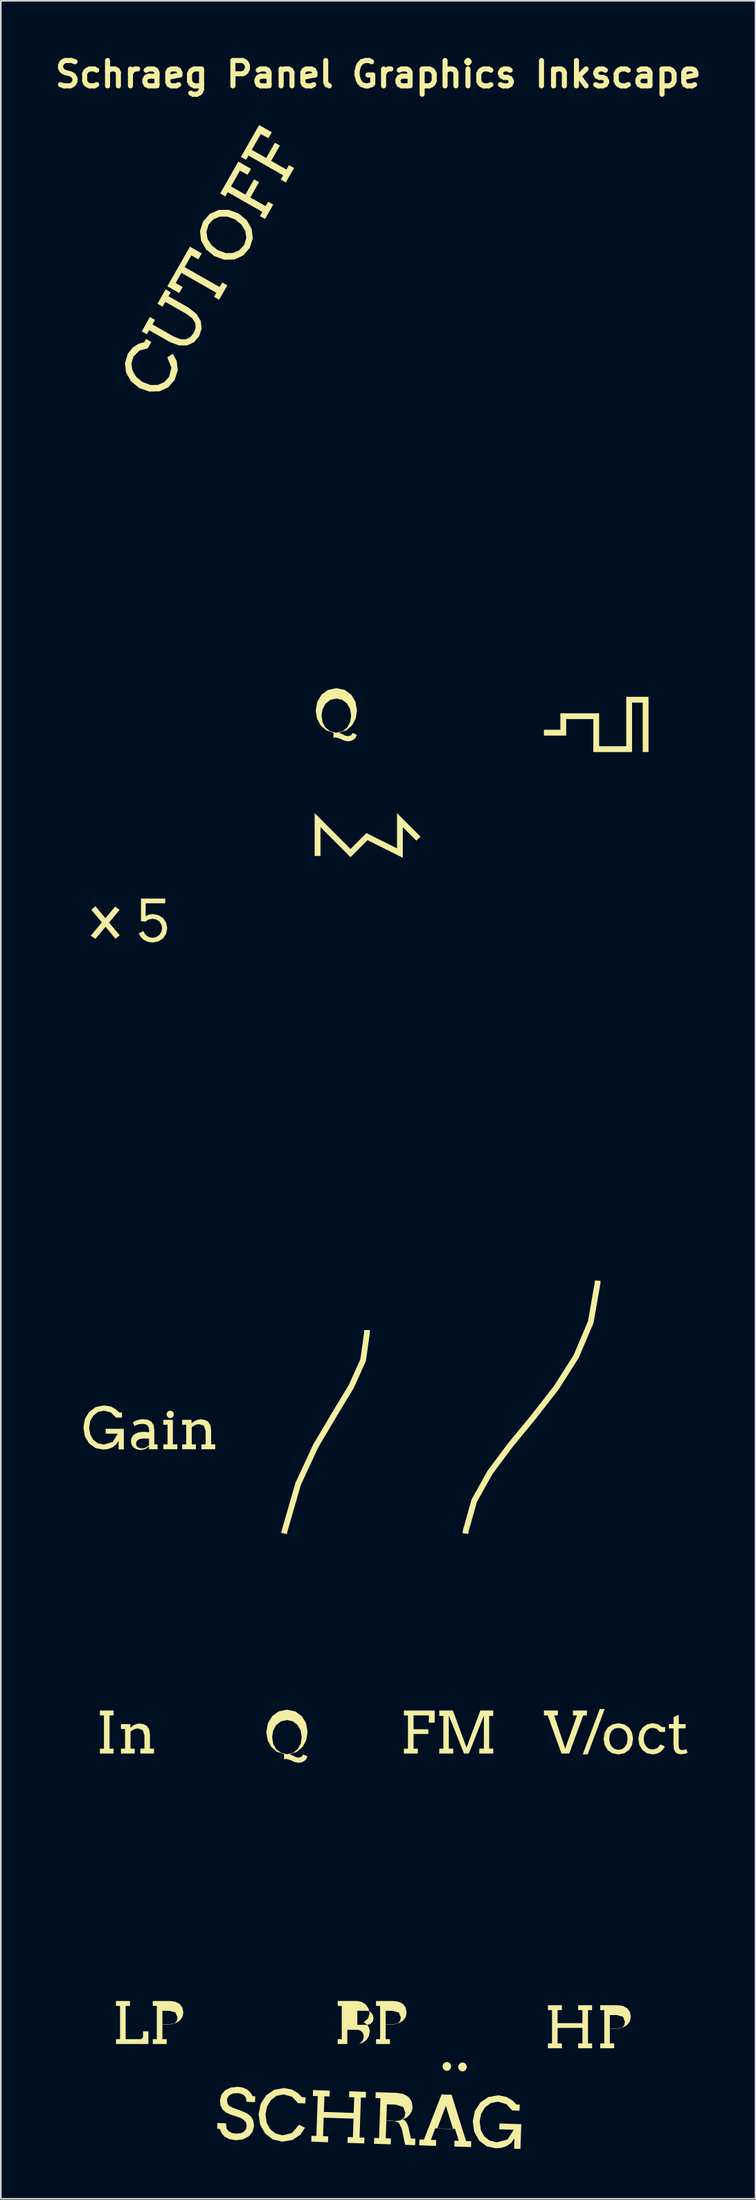
<source format=kicad_pcb>
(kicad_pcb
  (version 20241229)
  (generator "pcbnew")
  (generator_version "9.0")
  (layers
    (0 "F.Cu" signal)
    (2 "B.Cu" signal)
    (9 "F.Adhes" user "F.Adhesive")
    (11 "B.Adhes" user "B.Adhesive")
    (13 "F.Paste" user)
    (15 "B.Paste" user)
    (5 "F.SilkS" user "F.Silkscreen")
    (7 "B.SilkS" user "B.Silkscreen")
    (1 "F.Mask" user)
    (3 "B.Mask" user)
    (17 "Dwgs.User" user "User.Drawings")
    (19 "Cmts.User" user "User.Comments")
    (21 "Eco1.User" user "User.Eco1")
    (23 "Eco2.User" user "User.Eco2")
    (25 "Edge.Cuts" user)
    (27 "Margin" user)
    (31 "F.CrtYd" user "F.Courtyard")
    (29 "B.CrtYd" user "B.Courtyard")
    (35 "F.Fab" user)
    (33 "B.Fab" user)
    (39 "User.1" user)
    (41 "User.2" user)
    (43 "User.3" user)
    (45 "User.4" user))
  (footprint "Schraeg Panel Graphics Inkscape"
    (layer "F.Cu")
    (at 19.718 65.367)
    (property "Reference" "Schraeg Panel Graphics Inkscape" (at 0 -63.941 0) (layer "F.SilkS") (effects (font (size 1.524 1.524) (thickness 0.305))))
    (attr smd)
    (fp_poly (pts (xy 13.342 34.42) (xy 13.639 34.42) (xy 13.127 35.785) (xy 12.614 37.149) (xy 12.317 37.149) (xy 13.342 34.42)) (stroke (width 0) (type solid)) (fill yes) (layer "F.SilkS"))
    (fp_poly (pts (xy -16.755 34.511) (xy -15.928 34.511) (xy -15.928 34.806) (xy -16.174 34.806) (xy -16.174 36.806) (xy -15.928 36.806) (xy -15.928 37.1) (xy -16.755 37.1) (xy -16.755 36.806) (xy -16.509 36.806) (xy -16.509 34.806) (xy -16.755 34.806) (xy -16.755 34.511)) (stroke (width 0) (type solid)) (fill yes) (layer "F.SilkS"))
    (fp_poly (pts (xy -16.635 -12.912) (xy -17.272 -13.677) (xy -17.024 -13.887) (xy -16.421 -13.166) (xy -15.839 -13.863) (xy -15.566 -13.666) (xy -16.203 -12.903) (xy -15.559 -12.135) (xy -15.817 -11.931) (xy -16.415 -12.649) (xy -17.021 -11.921) (xy -17.304 -12.111) (xy -16.635 -12.912)) (stroke (width 0) (type solid)) (fill yes) (layer "F.SilkS"))
    (fp_poly (pts (xy 11.728 34.511) (xy 12.568 34.511) (xy 12.568 34.806) (xy 12.345 34.806) (xy 11.506 37.1) (xy 11.037 37.1) (xy 10.21 34.806) (xy 9.981 34.806) (xy 9.981 34.511) (xy 10.821 34.511) (xy 10.821 34.806) (xy 10.596 34.806) (xy 11.26 36.803) (xy 11.972 34.806) (xy 11.728 34.806) (xy 11.728 34.511)) (stroke (width 0) (type solid)) (fill yes) (layer "F.SilkS"))
    (fp_poly (pts (xy -9.883 -50.554) (xy -9.743 -50.8) (xy -11.845 -51.996) (xy -12.192 -51.385) (xy -11.772 -51.146) (xy -11.978 -50.784) (xy -12.69 -51.189) (xy -12.011 -52.383) (xy -11.332 -53.576) (xy -10.62 -53.17) (xy -10.826 -52.809) (xy -11.246 -53.048) (xy -11.648 -52.342) (xy -9.546 -51.146) (xy -9.389 -51.421) (xy -9.083 -51.247) (xy -9.576 -50.38) (xy -9.883 -50.554)) (stroke (width 0) (type solid)) (fill yes) (layer "F.SilkS"))
    (fp_poly (pts (xy -15.785 51.99) (xy -14.944 51.99) (xy -14.944 52.286) (xy -15.204 52.286) (xy -15.204 54.286) (xy -14.311 54.286) (xy -14.256 54.273) (xy -14.207 54.24) (xy -14.171 54.193) (xy -14.157 54.139) (xy -14.157 53.813) (xy -13.833 53.813) (xy -13.833 54.579) (xy -15.785 54.579) (xy -15.785 54.286) (xy -15.539 54.286) (xy -15.539 52.286) (xy -15.785 52.286) (xy -15.785 51.99)) (stroke (width 0) (type solid)) (fill yes) (layer "F.SilkS"))
    (fp_poly (pts (xy -9.511 -56.775) (xy -8.42 -58.692) (xy -7.656 -58.257) (xy -7.862 -57.895) (xy -8.318 -58.154) (xy -8.862 -57.199) (xy -7.994 -56.706) (xy -7.471 -57.625) (xy -7.172 -57.455) (xy -7.695 -56.535) (xy -6.776 -56.012) (xy -6.623 -56.281) (xy -6.317 -56.106) (xy -6.811 -55.238) (xy -7.118 -55.412) (xy -6.973 -55.666) (xy -9.059 -56.853) (xy -9.203 -56.599) (xy -9.511 -56.775)) (stroke (width 0) (type solid)) (fill yes) (layer "F.SilkS"))
    (fp_poly (pts (xy -8.259 -58.976) (xy -7.167 -60.893) (xy -6.403 -60.458) (xy -6.609 -60.096) (xy -7.065 -60.356) (xy -7.609 -59.401) (xy -6.742 -58.907) (xy -6.218 -59.827) (xy -5.919 -59.657) (xy -6.442 -58.737) (xy -5.523 -58.214) (xy -5.371 -58.482) (xy -5.064 -58.308) (xy -5.559 -57.439) (xy -5.865 -57.614) (xy -5.72 -57.868) (xy -7.806 -59.055) (xy -7.95 -58.801) (xy -8.259 -58.976)) (stroke (width 0) (type solid)) (fill yes) (layer "F.SilkS"))
    (fp_poly (pts (xy -3.822 -19.488) (xy -3.822 -17.084) (xy -3.822 -16.909) (xy -3.472 -16.909) (xy -3.472 -17.084) (xy -3.472 -18.644) (xy -1.665 -16.836) (xy -0.639 -17.862) (xy 1.484 -16.801) (xy 1.484 -18.644) (xy 2.178 -17.951) (xy 2.301 -17.828) (xy 2.549 -18.075) (xy 2.425 -18.199) (xy 1.135 -19.488) (xy 1.135 -17.367) (xy -0.708 -18.288) (xy -1.665 -17.331) (xy -3.822 -19.488)) (stroke (width 0) (type solid)) (fill yes) (layer "F.SilkS"))
    (fp_poly (pts (xy -0.506 11.61) (xy -0.854 11.623) (xy -0.848 11.799) (xy -1.076 13.386) (xy -1.776 14.936) (xy -2.781 16.596) (xy -3.913 18.509) (xy -4.982 20.815) (xy -5.801 23.654) (xy -5.836 23.826) (xy -5.492 23.895) (xy -5.459 23.723) (xy -4.657 20.94) (xy -3.606 18.676) (xy -2.484 16.781) (xy -1.466 15.101) (xy -0.738 13.484) (xy -0.498 11.785) (xy -0.506 11.61)) (stroke (width 0) (type solid)) (fill yes) (layer "F.SilkS"))
    (fp_poly (pts (xy 1.549 34.511) (xy 3.404 34.511) (xy 3.404 35.243) (xy 3.054 35.243) (xy 3.054 34.806) (xy 2.13 34.806) (xy 2.13 35.638) (xy 3.02 35.638) (xy 3.02 35.925) (xy 2.13 35.925) (xy 2.13 36.806) (xy 2.389 36.806) (xy 2.389 37.1) (xy 1.549 37.1) (xy 1.549 36.806) (xy 1.795 36.806) (xy 1.795 34.806) (xy 1.549 34.806) (xy 1.549 34.511)) (stroke (width 0) (type solid)) (fill yes) (layer "F.SilkS"))
    (fp_poly (pts (xy 13.041 8.635) (xy 13.031 8.809) (xy 12.631 11.088) (xy 11.766 13.128) (xy 10.582 14.986) (xy 9.226 16.725) (xy 7.844 18.401) (xy 6.591 20.076) (xy 5.624 21.81) (xy 5.101 23.666) (xy 5.08 23.84) (xy 5.425 23.885) (xy 5.449 23.711) (xy 5.95 21.947) (xy 6.89 20.269) (xy 8.12 18.621) (xy 9.496 16.947) (xy 10.867 15.19) (xy 12.076 13.289) (xy 12.967 11.187) (xy 13.38 8.826) (xy 13.39 8.651) (xy 13.041 8.635)) (stroke (width 0) (type solid)) (fill yes) (layer "F.SilkS"))
    (fp_poly (pts (xy 18.098 35.331) (xy 18.513 35.331) (xy 18.513 35.588) (xy 18.095 35.588) (xy 18.09 36.61) (xy 18.113 36.779) (xy 18.19 36.868) (xy 18.31 36.893) (xy 18.436 36.88) (xy 18.556 36.837) (xy 18.629 37.05) (xy 18.457 37.118) (xy 18.243 37.143) (xy 18.041 37.114) (xy 17.896 37.02) (xy 17.808 36.841) (xy 17.779 36.562) (xy 17.784 35.588) (xy 17.502 35.588) (xy 17.502 35.331) (xy 17.787 35.331) (xy 17.787 34.907) (xy 18.098 34.76) (xy 18.098 35.331)) (stroke (width 0) (type solid)) (fill yes) (layer "F.SilkS"))
    (fp_poly (pts (xy 14.936 -26.488) (xy 14.936 -23.513) (xy 13.304 -23.513) (xy 13.304 -25.496) (xy 12.137 -25.496) (xy 10.971 -25.496) (xy 10.971 -24.505) (xy 10.154 -24.505) (xy 9.979 -24.505) (xy 9.979 -24.155) (xy 10.154 -24.155) (xy 11.321 -24.155) (xy 11.321 -25.146) (xy 12.137 -25.146) (xy 12.954 -25.146) (xy 12.954 -23.164) (xy 15.286 -23.164) (xy 15.286 -26.138) (xy 15.928 -26.138) (xy 15.928 -23.339) (xy 15.928 -23.164) (xy 16.278 -23.164) (xy 16.278 -23.339) (xy 16.278 -26.488) (xy 14.936 -26.488)) (stroke (width 0) (type solid)) (fill yes) (layer "F.SilkS"))
    (fp_poly (pts (xy 3.679 36.806) (xy 3.925 36.806) (xy 3.925 34.837) (xy 3.679 34.837) (xy 3.679 34.511) (xy 4.499 34.511) (xy 5.32 36.746) (xy 6.152 34.511) (xy 6.929 34.511) (xy 6.929 34.837) (xy 6.684 34.837) (xy 6.684 36.806) (xy 6.929 36.806) (xy 6.929 37.1) (xy 6.088 37.1) (xy 6.088 36.806) (xy 6.365 36.806) (xy 6.365 34.818) (xy 5.46 37.1) (xy 5.17 37.1) (xy 4.253 34.813) (xy 4.253 36.806) (xy 4.519 36.806) (xy 4.519 37.1) (xy 3.679 37.1) (xy 3.679 36.806)) (stroke (width 0) (type solid)) (fill yes) (layer "F.SilkS"))
    (fp_poly (pts (xy -12.937 17.02) (xy -12.74 16.687) (xy -12.722 16.602) (xy -12.675 16.532) (xy -12.604 16.485) (xy -12.517 16.467) (xy -12.432 16.485) (xy -12.362 16.532) (xy -12.314 16.602) (xy -12.296 16.687) (xy -12.314 16.774) (xy -12.362 16.847) (xy -12.432 16.896) (xy -12.517 16.914) (xy -12.604 16.896) (xy -12.675 16.847) (xy -12.722 16.774) (xy -12.74 16.687) (xy -12.937 17.02) (xy -12.36 17.02) (xy -12.36 18.495) (xy -12.093 18.495) (xy -12.093 18.789) (xy -12.933 18.789) (xy -12.933 18.495) (xy -12.681 18.495) (xy -12.681 17.314) (xy -12.937 17.314) (xy -12.937 17.02)) (stroke (width 0) (type solid)) (fill yes) (layer "F.SilkS"))
    (fp_poly (pts (xy -1.74 57.423) (xy -0.732 57.458) (xy -0.744 57.81) (xy -1.039 57.8) (xy -1.12 60.2) (xy -0.825 60.21) (xy -0.837 60.562) (xy -1.845 60.528) (xy -1.833 60.176) (xy -1.521 60.187) (xy -1.484 59.07) (xy -3.28 59.01) (xy -3.317 60.126) (xy -3.006 60.136) (xy -3.018 60.489) (xy -4.026 60.455) (xy -4.014 60.102) (xy -3.719 60.112) (xy -3.638 57.712) (xy -3.933 57.702) (xy -3.921 57.35) (xy -2.913 57.384) (xy -2.925 57.736) (xy -3.236 57.726) (xy -3.268 58.666) (xy -1.472 58.726) (xy -1.44 57.786) (xy -1.751 57.776) (xy -1.74 57.423)) (stroke (width 0) (type solid)) (fill yes) (layer "F.SilkS"))
    (fp_poly (pts (xy 12.04 52.244) (xy 12.88 52.244) (xy 12.88 52.538) (xy 12.634 52.538) (xy 12.634 54.54) (xy 12.88 54.54) (xy 12.88 54.833) (xy 12.04 54.833) (xy 12.04 54.54) (xy 12.299 54.54) (xy 12.299 53.609) (xy 10.802 53.609) (xy 10.802 54.54) (xy 11.061 54.54) (xy 11.061 54.833) (xy 10.221 54.833) (xy 10.221 54.54) (xy 10.467 54.54) (xy 10.467 52.538) (xy 10.221 52.538) (xy 10.221 52.244) (xy 11.061 52.244) (xy 11.061 52.538) (xy 10.802 52.538) (xy 10.802 53.322) (xy 12.299 53.322) (xy 12.299 52.538) (xy 12.04 52.538) (xy 12.04 52.244)) (stroke (width 0) (type solid)) (fill yes) (layer "F.SilkS"))
    (fp_poly (pts (xy -14.235 -48.476) (xy -13.741 -49.343) (xy -13.433 -49.167) (xy -13.589 -48.894) (xy -12.332 -48.178) (xy -11.917 -48.009) (xy -11.578 -48) (xy -11.31 -48.129) (xy -11.111 -48.372) (xy -10.993 -48.674) (xy -11.007 -48.97) (xy -11.185 -49.259) (xy -11.558 -49.537) (xy -12.815 -50.253) (xy -12.98 -49.964) (xy -13.288 -50.139) (xy -12.795 -51.006) (xy -12.487 -50.83) (xy -12.622 -50.592) (xy -11.404 -49.899) (xy -10.932 -49.523) (xy -10.677 -49.088) (xy -10.632 -48.627) (xy -10.784 -48.176) (xy -11.088 -47.824) (xy -11.5 -47.634) (xy -11.992 -47.629) (xy -12.537 -47.834) (xy -13.787 -48.546) (xy -13.927 -48.301) (xy -14.235 -48.476)) (stroke (width 0) (type solid)) (fill yes) (layer "F.SilkS"))
    (fp_poly (pts (xy -13.871 -47.458) (xy -14.368 -47.326) (xy -14.731 -46.957) (xy -14.857 -46.533) (xy -14.788 -46.109) (xy -14.555 -45.728) (xy -14.186 -45.429) (xy -13.696 -45.248) (xy -13.262 -45.257) (xy -12.885 -45.418) (xy -12.589 -45.737) (xy -12.449 -46.3) (xy -12.696 -46.908) (xy -12.371 -47.135) (xy -12.129 -46.696) (xy -12.066 -46.135) (xy -12.254 -45.551) (xy -12.644 -45.108) (xy -13.173 -44.868) (xy -13.785 -44.854) (xy -14.389 -45.072) (xy -14.88 -45.477) (xy -15.176 -45.996) (xy -15.244 -46.572) (xy -15.063 -47.145) (xy -14.751 -47.529) (xy -14.411 -47.736) (xy -14.078 -47.831) (xy -13.972 -48.018) (xy -13.655 -47.838) (xy -13.871 -47.458)) (stroke (width 0) (type solid)) (fill yes) (layer "F.SilkS"))
    (fp_poly (pts (xy -13.571 51.99) (xy -12.991 52.581) (xy -12.991 53.396) (xy -12.525 53.396) (xy -12.346 53.369) (xy -12.206 53.292) (xy -12.114 53.164) (xy -12.081 52.986) (xy -12.197 52.688) (xy -12.567 52.581) (xy -12.991 52.581) (xy -13.571 51.99) (xy -12.525 51.99) (xy -12.204 52.036) (xy -11.952 52.169) (xy -11.786 52.388) (xy -11.727 52.691) (xy -11.785 52.958) (xy -11.949 53.177) (xy -12.203 53.326) (xy -12.531 53.381) (xy -12.991 53.381) (xy -12.991 54.286) (xy -12.731 54.286) (xy -12.731 54.579) (xy -13.571 54.579) (xy -13.571 54.286) (xy -13.326 54.286) (xy -13.326 52.286) (xy -13.571 52.286) (xy -13.571 51.99)) (stroke (width 0) (type solid)) (fill yes) (layer "F.SilkS"))
    (fp_poly (pts (xy -4.823 58.139) (xy -5.174 57.76) (xy -5.674 57.61) (xy -6.112 57.696) (xy -6.458 57.954) (xy -6.689 58.338) (xy -6.783 58.803) (xy -6.714 59.321) (xy -6.503 59.701) (xy -6.182 59.96) (xy -5.758 60.074) (xy -5.189 59.937) (xy -4.762 59.435) (xy -4.407 59.617) (xy -4.686 60.036) (xy -5.157 60.352) (xy -5.767 60.457) (xy -6.346 60.318) (xy -6.809 59.961) (xy -7.109 59.426) (xy -7.197 58.789) (xy -7.066 58.166) (xy -6.741 57.663) (xy -6.259 57.335) (xy -5.662 57.229) (xy -5.173 57.327) (xy -4.828 57.531) (xy -4.587 57.782) (xy -4.37 57.789) (xy -4.383 58.154) (xy -4.823 58.139)) (stroke (width 0) (type solid)) (fill yes) (layer "F.SilkS"))
    (fp_poly (pts (xy -0.129 51.99) (xy 0.452 52.581) (xy 0.452 53.396) (xy 0.918 53.396) (xy 1.096 53.369) (xy 1.236 53.292) (xy 1.329 53.164) (xy 1.362 52.986) (xy 1.246 52.688) (xy 0.875 52.581) (xy 0.452 52.581) (xy -0.129 51.99) (xy 0.918 51.99) (xy 1.238 52.036) (xy 1.491 52.169) (xy 1.657 52.388) (xy 1.715 52.691) (xy 1.657 52.958) (xy 1.493 53.177) (xy 1.24 53.326) (xy 0.911 53.381) (xy 0.452 53.381) (xy 0.452 54.286) (xy 0.711 54.286) (xy 0.711 54.579) (xy -0.129 54.579) (xy -0.129 54.286) (xy 0.117 54.286) (xy 0.117 52.286) (xy -0.129 52.286) (xy -0.129 51.99)) (stroke (width 0) (type solid)) (fill yes) (layer "F.SilkS"))
    (fp_poly (pts (xy 13.368 52.244) (xy 13.949 52.835) (xy 13.949 53.65) (xy 14.415 53.65) (xy 14.594 53.623) (xy 14.734 53.546) (xy 14.826 53.418) (xy 14.859 53.24) (xy 14.743 52.942) (xy 14.372 52.835) (xy 13.949 52.835) (xy 13.368 52.244) (xy 14.415 52.244) (xy 14.735 52.29) (xy 14.988 52.423) (xy 15.154 52.642) (xy 15.213 52.945) (xy 15.155 53.212) (xy 14.991 53.431) (xy 14.737 53.58) (xy 14.408 53.635) (xy 13.949 53.635) (xy 13.949 54.54) (xy 14.208 54.54) (xy 14.208 54.833) (xy 13.368 54.833) (xy 13.368 54.54) (xy 13.614 54.54) (xy 13.614 52.54) (xy 13.368 52.54) (xy 13.368 52.244)) (stroke (width 0) (type solid)) (fill yes) (layer "F.SilkS"))
    (fp_poly (pts (xy 16.957 35.802) (xy 16.775 35.614) (xy 16.52 35.554) (xy 16.312 35.6) (xy 16.142 35.732) (xy 16.027 35.939) (xy 15.986 36.212) (xy 16.027 36.48) (xy 16.143 36.684) (xy 16.313 36.814) (xy 16.52 36.859) (xy 16.805 36.78) (xy 16.998 36.546) (xy 17.261 36.676) (xy 17.135 36.873) (xy 16.965 37.021) (xy 16.757 37.116) (xy 16.517 37.149) (xy 16.176 37.08) (xy 15.906 36.886) (xy 15.729 36.589) (xy 15.666 36.212) (xy 15.733 35.834) (xy 15.915 35.538) (xy 16.187 35.344) (xy 16.52 35.274) (xy 16.837 35.332) (xy 17.099 35.508) (xy 17.278 35.508) (xy 17.278 35.802) (xy 16.957 35.802)) (stroke (width 0) (type solid)) (fill yes) (layer "F.SilkS"))
    (fp_poly (pts (xy -14.321 36.806) (xy -14.072 36.806) (xy -14.072 35.998) (xy -14.175 35.69) (xy -14.471 35.585) (xy -14.695 35.638) (xy -14.909 35.769) (xy -14.909 36.806) (xy -14.659 36.806) (xy -14.659 37.1) (xy -15.486 37.1) (xy -15.486 36.806) (xy -15.24 36.806) (xy -15.24 35.624) (xy -15.486 35.624) (xy -15.486 35.331) (xy -14.922 35.331) (xy -14.922 35.539) (xy -14.919 35.539) (xy -14.798 35.445) (xy -14.664 35.368) (xy -14.518 35.317) (xy -14.359 35.298) (xy -14.103 35.337) (xy -13.908 35.457) (xy -13.784 35.663) (xy -13.74 35.959) (xy -13.74 36.806) (xy -13.495 36.806) (xy -13.495 37.1) (xy -14.321 37.1) (xy -14.321 36.806)) (stroke (width 0) (type solid)) (fill yes) (layer "F.SilkS"))
    (fp_poly (pts (xy -10.636 18.495) (xy -10.387 18.495) (xy -10.387 17.688) (xy -10.49 17.379) (xy -10.787 17.274) (xy -11.01 17.327) (xy -11.224 17.459) (xy -11.224 18.495) (xy -10.975 18.495) (xy -10.975 18.789) (xy -11.801 18.789) (xy -11.801 18.495) (xy -11.555 18.495) (xy -11.555 17.314) (xy -11.801 17.314) (xy -11.801 17.02) (xy -11.238 17.02) (xy -11.238 17.228) (xy -11.234 17.228) (xy -11.114 17.134) (xy -10.98 17.058) (xy -10.834 17.006) (xy -10.674 16.988) (xy -10.418 17.027) (xy -10.223 17.146) (xy -10.099 17.352) (xy -10.056 17.648) (xy -10.056 18.495) (xy -9.81 18.495) (xy -9.81 18.789) (xy -10.637 18.789) (xy -10.636 18.495)) (stroke (width 0) (type solid)) (fill yes) (layer "F.SilkS"))
    (fp_poly (pts (xy -13.998 -13.284) (xy -13.802 -13.382) (xy -13.571 -13.415) (xy -13.219 -13.347) (xy -12.944 -13.163) (xy -12.764 -12.892) (xy -12.7 -12.565) (xy -12.763 -12.234) (xy -12.943 -11.96) (xy -13.222 -11.773) (xy -13.585 -11.704) (xy -13.868 -11.744) (xy -14.106 -11.857) (xy -14.289 -12.03) (xy -14.413 -12.251) (xy -14.133 -12.391) (xy -14.053 -12.229) (xy -13.928 -12.101) (xy -13.769 -12.018) (xy -13.585 -11.988) (xy -13.357 -12.033) (xy -13.174 -12.157) (xy -13.052 -12.34) (xy -13.008 -12.565) (xy -13.052 -12.789) (xy -13.175 -12.969) (xy -13.359 -13.088) (xy -13.585 -13.132) (xy -13.837 -13.083) (xy -14.029 -12.952) (xy -14.28 -12.992) (xy -14.28 -14.346) (xy -12.821 -14.346) (xy -12.821 -14.062) (xy -13.998 -14.062) (xy -13.998 -13.284)) (stroke (width 0) (type solid)) (fill yes) (layer "F.SilkS"))
    (fp_poly (pts (xy -15.628 18.799) (xy -15.628 18.28) (xy -15.79 18.515) (xy -16.007 18.68) (xy -16.263 18.777) (xy -16.538 18.81) (xy -17.005 18.725) (xy -17.391 18.456) (xy -17.656 18.019) (xy -17.747 17.491) (xy -17.656 16.969) (xy -17.4 16.54) (xy -17.007 16.253) (xy -16.513 16.149) (xy -16.09 16.219) (xy -15.788 16.389) (xy -15.587 16.579) (xy -15.422 16.579) (xy -15.422 16.883) (xy -15.789 16.883) (xy -16.092 16.576) (xy -16.514 16.467) (xy -16.875 16.55) (xy -17.156 16.776) (xy -17.338 17.102) (xy -17.402 17.491) (xy -17.331 17.913) (xy -17.148 18.229) (xy -16.874 18.43) (xy -16.513 18.509) (xy -15.975 18.349) (xy -15.681 17.852) (xy -16.405 17.852) (xy -16.405 17.558) (xy -15.311 17.558) (xy -15.311 18.799) (xy -15.628 18.799)) (stroke (width 0) (type solid)) (fill yes) (layer "F.SilkS"))
    (fp_poly (pts (xy -7.735 -53.492) (xy -8.066 -53.68) (xy -7.937 -54.11) (xy -8.006 -54.534) (xy -8.241 -54.913) (xy -8.614 -55.212) (xy -9.081 -55.383) (xy -9.542 -55.382) (xy -9.932 -55.21) (xy -10.21 -54.901) (xy -10.34 -54.47) (xy -10.272 -54.045) (xy -10.035 -53.665) (xy -9.663 -53.367) (xy -9.178 -53.187) (xy -8.745 -53.194) (xy -8.367 -53.355) (xy -8.066 -53.68) (xy -8.066 -53.68) (xy -7.735 -53.492) (xy -8.127 -53.044) (xy -8.657 -52.804) (xy -9.268 -52.789) (xy -9.868 -53.007) (xy -10.363 -53.414) (xy -10.659 -53.932) (xy -10.727 -54.509) (xy -10.541 -55.089) (xy -10.136 -55.548) (xy -9.605 -55.783) (xy -9.009 -55.792) (xy -8.408 -55.574) (xy -7.914 -55.168) (xy -7.618 -54.649) (xy -7.549 -54.072) (xy -7.735 -53.492) (xy -7.735 -53.492)) (stroke (width 0) (type solid)) (fill yes) (layer "F.SilkS"))
    (fp_poly (pts (xy 8.185 60.88) (xy 8.206 60.257) (xy 8.002 60.532) (xy 7.735 60.721) (xy 7.425 60.827) (xy 7.093 60.855) (xy 6.537 60.735) (xy 6.084 60.397) (xy 5.784 59.862) (xy 5.696 59.225) (xy 5.827 58.602) (xy 6.151 58.098) (xy 6.634 57.77) (xy 7.231 57.665) (xy 7.735 57.766) (xy 8.091 57.982) (xy 8.324 58.219) (xy 8.522 58.226) (xy 8.51 58.591) (xy 8.07 58.576) (xy 7.719 58.195) (xy 7.216 58.046) (xy 6.781 58.132) (xy 6.435 58.391) (xy 6.203 58.775) (xy 6.11 59.239) (xy 6.179 59.748) (xy 6.385 60.134) (xy 6.706 60.386) (xy 7.136 60.496) (xy 7.787 60.326) (xy 8.16 59.741) (xy 7.291 59.712) (xy 7.303 59.36) (xy 8.616 59.404) (xy 8.566 60.893) (xy 8.185 60.88)) (stroke (width 0) (type solid)) (fill yes) (layer "F.SilkS"))
    (fp_poly (pts (xy 13.574 36.215) (xy 13.911 36.215) (xy 13.954 36.49) (xy 14.074 36.699) (xy 14.25 36.833) (xy 14.462 36.88) (xy 14.682 36.833) (xy 14.858 36.701) (xy 14.976 36.492) (xy 15.019 36.215) (xy 14.976 35.93) (xy 14.859 35.722) (xy 14.683 35.595) (xy 14.462 35.553) (xy 14.25 35.595) (xy 14.074 35.722) (xy 13.954 35.93) (xy 13.911 36.215) (xy 13.911 36.215) (xy 13.574 36.215) (xy 13.642 35.833) (xy 13.825 35.536) (xy 14.105 35.346) (xy 14.462 35.279) (xy 14.822 35.346) (xy 15.101 35.535) (xy 15.282 35.829) (xy 15.347 36.212) (xy 15.282 36.592) (xy 15.101 36.89) (xy 14.822 37.084) (xy 14.462 37.153) (xy 14.1 37.084) (xy 13.822 36.892) (xy 13.641 36.596) (xy 13.574 36.215) (xy 13.574 36.215)) (stroke (width 0) (type solid)) (fill yes) (layer "F.SilkS"))
    (fp_poly (pts (xy -0.146 57.477) (xy 0.526 58.209) (xy 0.493 59.186) (xy 1.089 59.207) (xy 1.304 59.183) (xy 1.475 59.097) (xy 1.591 58.948) (xy 1.638 58.737) (xy 1.511 58.372) (xy 1.073 58.228) (xy 0.526 58.209) (xy -0.146 57.477) (xy 1.146 57.521) (xy 1.526 57.588) (xy 1.824 57.758) (xy 2.015 58.028) (xy 2.074 58.393) (xy 2.024 58.622) (xy 1.901 58.829) (xy 1.718 58.996) (xy 1.49 59.105) (xy 1.592 59.173) (xy 1.686 59.279) (xy 1.766 59.419) (xy 1.821 59.586) (xy 1.97 60.268) (xy 2.238 60.277) (xy 2.229 60.666) (xy 1.625 60.646) (xy 1.425 59.694) (xy 1.245 59.313) (xy 0.893 59.181) (xy 0.494 59.168) (xy 0.457 60.253) (xy 0.768 60.264) (xy 0.757 60.616) (xy -0.251 60.582) (xy -0.239 60.23) (xy 0.056 60.24) (xy 0.137 57.842) (xy -0.158 57.832) (xy -0.146 57.477)) (stroke (width 0) (type solid)) (fill yes) (layer "F.SilkS"))
    (fp_poly (pts (xy -2.438 54.286) (xy -2.192 54.286) (xy -1.857 53.722) (xy -1.857 54.579) (xy -1.254 54.579) (xy -1.102 54.538) (xy -0.979 54.431) (xy -0.896 54.282) (xy -0.867 54.111) (xy -0.897 53.966) (xy -0.98 53.841) (xy -1.103 53.754) (xy -1.254 53.722) (xy -1.857 53.722) (xy -2.192 54.286) (xy -1.254 52.579) (xy -1.254 53.424) (xy -0.667 53.424) (xy -0.514 53.392) (xy -0.391 53.305) (xy -0.308 53.178) (xy -0.277 53.03) (xy -0.308 52.865) (xy -0.392 52.721) (xy -0.516 52.618) (xy -0.667 52.579) (xy -1.254 52.579) (xy -2.192 54.286) (xy -2.192 52.286) (xy -2.438 52.286) (xy -2.438 51.987) (xy -1.273 51.99) (xy -0.978 52.049) (xy -0.737 52.209) (xy -0.575 52.449) (xy -0.517 52.747) (xy -0.609 53.049) (xy -0.872 53.267) (xy -0.72 53.371) (xy -0.604 53.5) (xy -0.529 53.648) (xy -0.503 53.809) (xy -0.562 54.111) (xy -0.723 54.355) (xy -0.963 54.519) (xy -1.258 54.579) (xy -2.438 54.579) (xy -2.438 54.286)) (stroke (width 0) (type solid)) (fill yes) (layer "F.SilkS"))
    (fp_poly (pts (xy -2.689 -24.326) (xy -2.517 -24.327) (xy -2.149 -24.411) (xy -1.868 -24.636) (xy -1.689 -24.963) (xy -1.625 -25.355) (xy -1.695 -25.763) (xy -1.888 -26.097) (xy -2.172 -26.309) (xy -2.517 -26.384) (xy -2.886 -26.3) (xy -3.167 -26.075) (xy -3.347 -25.747) (xy -3.41 -25.355) (xy -3.341 -24.934) (xy -3.157 -24.62) (xy -2.873 -24.411) (xy -2.517 -24.327) (xy -2.689 -24.326) (xy -3.126 -24.474) (xy -3.464 -24.769) (xy -3.681 -25.176) (xy -3.758 -25.661) (xy -3.667 -26.187) (xy -3.411 -26.615) (xy -3.018 -26.902) (xy -2.517 -27.007) (xy -2.013 -26.902) (xy -1.62 -26.615) (xy -1.366 -26.187) (xy -1.275 -25.661) (xy -1.355 -25.172) (xy -1.578 -24.764) (xy -1.921 -24.469) (xy -2.361 -24.324) (xy -2.184 -24.256) (xy -2.016 -24.166) (xy -1.815 -24.116) (xy -1.642 -24.164) (xy -1.542 -24.314) (xy -1.282 -24.196) (xy -1.358 -24.028) (xy -1.488 -23.906) (xy -1.648 -23.834) (xy -1.815 -23.81) (xy -2.062 -23.858) (xy -2.303 -23.974) (xy -2.546 -24.042) (xy -2.689 -24.02) (xy -2.689 -24.326)) (stroke (width 0) (type solid)) (fill yes) (layer "F.SilkS"))
    (fp_poly (pts (xy -5.663 37.141) (xy -5.847 37.055) (xy -5.491 37.139) (xy -5.491 37.139) (xy -5.123 37.055) (xy -4.842 36.831) (xy -4.663 36.504) (xy -4.6 36.111) (xy -4.669 35.704) (xy -4.863 35.37) (xy -5.146 35.157) (xy -5.491 35.083) (xy -5.86 35.167) (xy -6.142 35.391) (xy -6.321 35.719) (xy -6.384 36.111) (xy -6.315 36.533) (xy -6.131 36.846) (xy -5.847 37.055) (xy -5.663 37.141) (xy -6.1 36.992) (xy -6.438 36.698) (xy -6.656 36.29) (xy -6.733 35.805) (xy -6.641 35.279) (xy -6.385 34.852) (xy -5.992 34.565) (xy -5.491 34.46) (xy -4.987 34.565) (xy -4.594 34.852) (xy -4.34 35.279) (xy -4.249 35.805) (xy -4.329 36.295) (xy -4.552 36.703) (xy -4.895 36.997) (xy -5.336 37.142) (xy -5.158 37.211) (xy -4.991 37.3) (xy -4.789 37.351) (xy -4.616 37.302) (xy -4.516 37.153) (xy -4.256 37.271) (xy -4.332 37.439) (xy -4.462 37.56) (xy -4.622 37.633) (xy -4.789 37.656) (xy -5.036 37.609) (xy -5.278 37.493) (xy -5.52 37.424) (xy -5.663 37.446) (xy -5.663 37.141)) (stroke (width 0) (type solid)) (fill yes) (layer "F.SilkS"))
    (fp_poly (pts (xy -13.796 18.625) (xy -14.1 18.721) (xy -13.98 18.679) (xy -13.876 18.618) (xy -13.796 18.545) (xy -13.794 18.146) (xy -14.163 18.146) (xy -14.331 18.166) (xy -14.463 18.226) (xy -14.549 18.323) (xy -14.58 18.456) (xy -14.554 18.578) (xy -14.481 18.666) (xy -14.37 18.718) (xy -14.226 18.736) (xy -14.226 18.736) (xy -14.1 18.721) (xy -13.796 18.625) (xy -14.019 18.779) (xy -14.296 18.839) (xy -14.534 18.798) (xy -14.721 18.686) (xy -14.843 18.521) (xy -14.887 18.321) (xy -14.854 18.121) (xy -14.765 17.97) (xy -14.635 17.863) (xy -14.48 17.793) (xy -14.314 17.755) (xy -14.153 17.744) (xy -13.946 17.752) (xy -13.794 17.773) (xy -13.792 17.628) (xy -13.82 17.465) (xy -13.897 17.351) (xy -14.015 17.283) (xy -14.17 17.261) (xy -14.323 17.272) (xy -14.461 17.301) (xy -14.579 17.342) (xy -14.67 17.391) (xy -14.774 17.17) (xy -14.636 17.094) (xy -14.478 17.035) (xy -14.309 16.995) (xy -14.139 16.981) (xy -13.862 17.018) (xy -13.654 17.131) (xy -13.523 17.327) (xy -13.476 17.611) (xy -13.478 18.496) (xy -13.282 18.496) (xy -13.282 18.789) (xy -13.796 18.789) (xy -13.796 18.625)) (stroke (width 0) (type solid)) (fill yes) (layer "F.SilkS"))
    (fp_poly (pts (xy -7.914 58.059) (xy -7.971 57.787) (xy -8.111 57.644) (xy -8.281 57.564) (xy -8.469 57.532) (xy -8.742 57.559) (xy -8.939 57.649) (xy -9.06 57.789) (xy -9.104 57.96) (xy -9.064 58.179) (xy -8.946 58.317) (xy -8.786 58.401) (xy -8.617 58.464) (xy -8.208 58.613) (xy -7.884 58.76) (xy -7.651 58.947) (xy -7.513 59.19) (xy -7.473 59.505) (xy -7.564 59.859) (xy -7.794 60.136) (xy -8.137 60.314) (xy -8.569 60.369) (xy -8.976 60.3) (xy -9.257 60.145) (xy -9.435 59.931) (xy -9.536 59.688) (xy -9.692 59.683) (xy -9.68 59.331) (xy -9.164 59.348) (xy -9.126 59.671) (xy -8.997 59.832) (xy -8.796 59.934) (xy -8.535 59.974) (xy -8.283 59.95) (xy -8.089 59.861) (xy -7.963 59.714) (xy -7.914 59.513) (xy -7.959 59.3) (xy -8.088 59.147) (xy -8.264 59.04) (xy -8.449 58.966) (xy -8.894 58.824) (xy -9.159 58.7) (xy -9.362 58.523) (xy -9.488 58.284) (xy -9.525 57.972) (xy -9.444 57.641) (xy -9.23 57.375) (xy -8.893 57.203) (xy -8.443 57.152) (xy -8.139 57.201) (xy -7.888 57.319) (xy -7.693 57.496) (xy -7.554 57.719) (xy -7.401 57.724) (xy -7.413 58.076) (xy -7.914 58.059)) (stroke (width 0) (type solid)) (fill yes) (layer "F.SilkS"))
    (fp_poly (pts (xy 4.596 60.394) (xy 3.555 59.665) (xy 4.513 59.698) (xy 4.077 58.293) (xy 3.555 59.665) (xy 4.596 60.394) (xy 4.854 60.403) (xy 4.632 59.69) (xy 3.438 59.649) (xy 3.175 60.346) (xy 3.494 60.357) (xy 3.483 60.709) (xy 2.475 60.675) (xy 2.487 60.322) (xy 3.876 55.914) (xy 3.901 55.813) (xy 3.962 55.731) (xy 4.047 55.676) (xy 4.15 55.658) (xy 4.247 55.683) (xy 4.327 55.743) (xy 4.38 55.829) (xy 4.397 55.931) (xy 4.373 56.035) (xy 4.314 56.12) (xy 4.231 56.177) (xy 4.132 56.195) (xy 4.031 56.17) (xy 3.949 56.108) (xy 3.895 56.019) (xy 3.877 55.914) (xy 3.876 55.914) (xy 2.487 60.322) (xy 2.757 60.331) (xy 3.287 58.971) (xy 3.817 57.611) (xy 4.841 55.845) (xy 4.902 55.763) (xy 4.988 55.708) (xy 5.09 55.69) (xy 5.186 55.715) (xy 5.266 55.775) (xy 5.32 55.861) (xy 5.337 55.963) (xy 5.313 56.067) (xy 5.253 56.152) (xy 5.17 56.208) (xy 5.072 56.227) (xy 4.971 56.202) (xy 4.889 56.14) (xy 4.835 56.051) (xy 4.817 55.945) (xy 4.817 55.945) (xy 4.841 55.845) (xy 3.817 57.611) (xy 4.421 57.632) (xy 4.857 59.025) (xy 5.293 60.417) (xy 5.604 60.428) (xy 5.592 60.78) (xy 4.584 60.746) (xy 4.596 60.394)) (stroke (width 0) (type solid)) (fill yes) (layer "F.SilkS")))
  (gr_rect
    (start -3 -3)
    (end 42.435 129.26)
    (stroke (width 0.1) (type default))
    (fill no)
    (layer "Edge.Cuts")))
</source>
